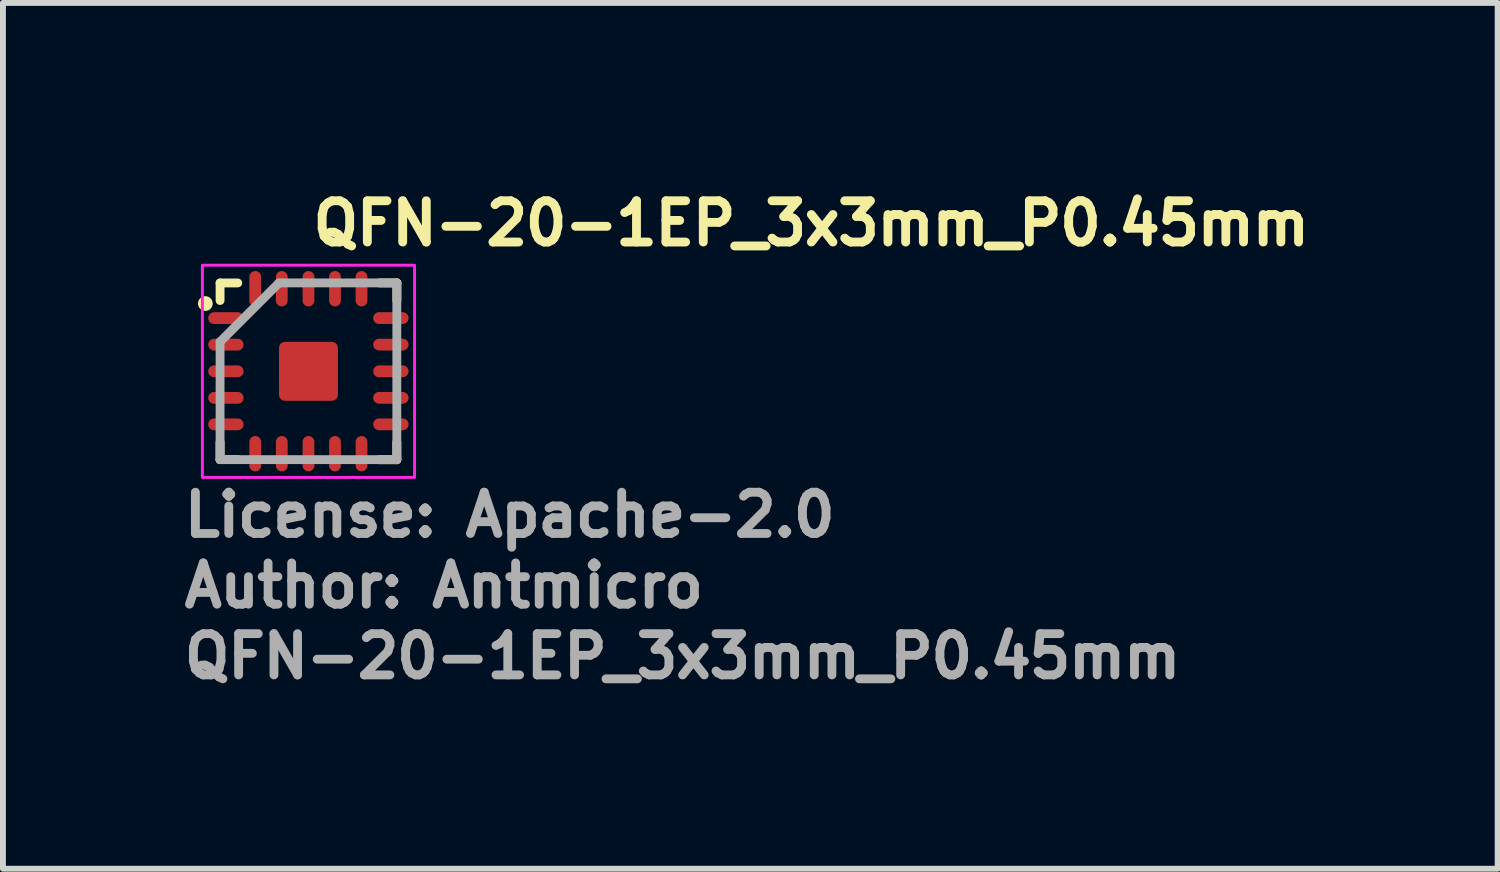
<source format=kicad_pcb>
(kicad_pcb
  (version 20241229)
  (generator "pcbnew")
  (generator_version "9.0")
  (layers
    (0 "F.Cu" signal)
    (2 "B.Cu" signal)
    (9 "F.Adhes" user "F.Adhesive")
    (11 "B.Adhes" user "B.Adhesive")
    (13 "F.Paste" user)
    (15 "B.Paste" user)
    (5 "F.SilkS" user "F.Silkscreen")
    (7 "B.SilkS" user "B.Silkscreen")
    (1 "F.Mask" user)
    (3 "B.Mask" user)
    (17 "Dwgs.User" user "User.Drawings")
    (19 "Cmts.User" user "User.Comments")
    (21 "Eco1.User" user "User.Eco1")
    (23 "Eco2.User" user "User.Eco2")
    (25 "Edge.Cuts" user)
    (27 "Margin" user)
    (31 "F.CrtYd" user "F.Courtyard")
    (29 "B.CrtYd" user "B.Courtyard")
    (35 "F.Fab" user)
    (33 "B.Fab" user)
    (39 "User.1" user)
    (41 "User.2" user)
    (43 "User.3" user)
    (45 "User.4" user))
  (footprint "QFN-20-1EP_3x3mm_P0.45mm"
    (layer "F.Cu")
    (at 2.184 3.25)
    (property "Reference" "QFN-20-1EP_3x3mm_P0.45mm" (at 0 -2.1 0) (layer "F.SilkS") (effects (font (size 0.7 0.7) (thickness 0.15)) (justify left bottom)))
    (attr smd)
    (fp_line (start -1.5 -1.499) (end -1.2 -1.499) (stroke (width 0.15) (type solid)) (layer "F.SilkS"))
    (fp_line (start -1.5 -1.201) (end -1.5 -1.499) (stroke (width 0.15) (type solid)) (layer "F.SilkS"))
    (fp_line (start -1.5 1.498) (end -1.5 1.2) (stroke (width 0.15) (type solid)) (layer "F.SilkS"))
    (fp_line (start -1.2 1.498) (end -1.5 1.498) (stroke (width 0.15) (type solid)) (layer "F.SilkS"))
    (fp_line (start 1.201 1.5) (end 1.499 1.5) (stroke (width 0.15) (type solid)) (layer "F.SilkS"))
    (fp_line (start 1.202 -1.5) (end 1.5 -1.5) (stroke (width 0.15) (type solid)) (layer "F.SilkS"))
    (fp_line (start 1.499 1.5) (end 1.499 1.202) (stroke (width 0.15) (type solid)) (layer "F.SilkS"))
    (fp_line (start 1.5 -1.5) (end 1.5 -1.2) (stroke (width 0.15) (type solid)) (layer "F.SilkS"))
    (fp_circle (center -1.75 -1.15) (end -1.7 -1.15) (stroke (width 0.15) (type solid)) (fill yes) (layer "F.SilkS"))
    (fp_rect (start -1.8 -1.8) (end 1.8 1.8) (stroke (width 0.05) (type solid)) (fill no) (layer "F.CrtYd"))
    (fp_line (start -1.5 -0.5) (end -1.5 1.499) (stroke (width 0.15) (type solid)) (layer "F.Fab"))
    (fp_line (start -1.5 1.499) (end 1.499 1.499) (stroke (width 0.15) (type solid)) (layer "F.Fab"))
    (fp_line (start -0.5 -1.5) (end -1.5 -0.5) (stroke (width 0.15) (type solid)) (layer "F.Fab"))
    (fp_line (start 1.499 -1.5) (end -0.5 -1.5) (stroke (width 0.15) (type solid)) (layer "F.Fab"))
    (fp_line (start 1.499 1.499) (end 1.499 -1.5) (stroke (width 0.15) (type solid)) (layer "F.Fab"))
    (fp_rect (start -1.5 -1.5) (end 1.499 1.499) (stroke (width 0.1) (type solid)) (fill no) (layer "User.5"))
    (fp_rect (start -1.5 -1.5) (end 1.499 1.499) (stroke (width 0.1) (type solid)) (fill no) (layer "User.5"))
    (fp_line (start -1.5 -0.952) (end -1.5 -0.85) (stroke (width 0.02) (type solid)) (layer "User.9"))
    (fp_line (start -1.5 -0.85) (end -1.45 -0.85) (stroke (width 0.02) (type solid)) (layer "User.9"))
    (fp_line (start -1.5 -0.5) (end -1.5 -0.403) (stroke (width 0.02) (type solid)) (layer "User.9"))
    (fp_line (start -1.5 -0.403) (end -1.45 -0.403) (stroke (width 0.02) (type solid)) (layer "User.9"))
    (fp_line (start -1.5 -0.053) (end -1.5 0.05) (stroke (width 0.02) (type solid)) (layer "User.9"))
    (fp_line (start -1.5 0.05) (end -1.45 0.05) (stroke (width 0.02) (type solid)) (layer "User.9"))
    (fp_line (start -1.5 0.4) (end -1.5 0.497) (stroke (width 0.02) (type solid)) (layer "User.9"))
    (fp_line (start -1.5 0.497) (end -1.45 0.497) (stroke (width 0.02) (type solid)) (layer "User.9"))
    (fp_line (start -1.5 0.847) (end -1.5 0.949) (stroke (width 0.02) (type solid)) (layer "User.9"))
    (fp_line (start -1.5 0.949) (end -1.45 0.949) (stroke (width 0.02) (type solid)) (layer "User.9"))
    (fp_line (start -1.45 -1.45) (end -1.45 1.449) (stroke (width 0.02) (type solid)) (layer "User.9"))
    (fp_line (start -1.45 -1.45) (end 1.449 -1.45) (stroke (width 0.02) (type solid)) (layer "User.9"))
    (fp_line (start -1.45 -0.952) (end -1.5 -0.952) (stroke (width 0.02) (type solid)) (layer "User.9"))
    (fp_line (start -1.45 -0.5) (end -1.5 -0.5) (stroke (width 0.02) (type solid)) (layer "User.9"))
    (fp_line (start -1.45 -0.053) (end -1.5 -0.053) (stroke (width 0.02) (type solid)) (layer "User.9"))
    (fp_line (start -1.45 0.4) (end -1.5 0.4) (stroke (width 0.02) (type solid)) (layer "User.9"))
    (fp_line (start -1.45 0.847) (end -1.5 0.847) (stroke (width 0.02) (type solid)) (layer "User.9"))
    (fp_line (start -1.45 1.449) (end 1.449 1.449) (stroke (width 0.02) (type solid)) (layer "User.9"))
    (fp_line (start -1.101 -1.012) (end -1.101 -1.006) (stroke (width 0.02) (type solid)) (layer "User.9"))
    (fp_line (start -1.101 -1.006) (end -1.101 -1) (stroke (width 0.02) (type solid)) (layer "User.9"))
    (fp_line (start -1.101 -1) (end -1.101 -1) (stroke (width 0.02) (type solid)) (layer "User.9"))
    (fp_line (start -1.101 -1) (end -1.101 -0.995) (stroke (width 0.02) (type solid)) (layer "User.9"))
    (fp_line (start -1.101 -0.995) (end -1.101 -0.99) (stroke (width 0.02) (type solid)) (layer "User.9"))
    (fp_line (start -1.101 -0.99) (end -1.099 -0.985) (stroke (width 0.02) (type solid)) (layer "User.9"))
    (fp_line (start -1.099 -1.022) (end -1.099 -1.016) (stroke (width 0.02) (type solid)) (layer "User.9"))
    (fp_line (start -1.099 -1.016) (end -1.101 -1.012) (stroke (width 0.02) (type solid)) (layer "User.9"))
    (fp_line (start -1.099 -0.985) (end -1.099 -0.98) (stroke (width 0.02) (type solid)) (layer "User.9"))
    (fp_line (start -1.099 -0.98) (end -1.097 -0.976) (stroke (width 0.02) (type solid)) (layer "User.9"))
    (fp_line (start -1.097 -1.031) (end -1.097 -1.025) (stroke (width 0.02) (type solid)) (layer "User.9"))
    (fp_line (start -1.097 -1.025) (end -1.099 -1.022) (stroke (width 0.02) (type solid)) (layer "User.9"))
    (fp_line (start -1.097 -0.976) (end -1.097 -0.971) (stroke (width 0.02) (type solid)) (layer "User.9"))
    (fp_line (start -1.097 -0.971) (end -1.095 -0.966) (stroke (width 0.02) (type solid)) (layer "User.9"))
    (fp_line (start -1.095 -1.035) (end -1.097 -1.031) (stroke (width 0.02) (type solid)) (layer "User.9"))
    (fp_line (start -1.095 -0.966) (end -1.093 -0.962) (stroke (width 0.02) (type solid)) (layer "User.9"))
    (fp_line (start -1.093 -1.039) (end -1.095 -1.035) (stroke (width 0.02) (type solid)) (layer "User.9"))
    (fp_line (start -1.093 -0.962) (end -1.091 -0.959) (stroke (width 0.02) (type solid)) (layer "User.9"))
    (fp_line (start -1.091 -1.045) (end -1.093 -1.039) (stroke (width 0.02) (type solid)) (layer "User.9"))
    (fp_line (start -1.091 -0.959) (end -1.089 -0.955) (stroke (width 0.02) (type solid)) (layer "User.9"))
    (fp_line (start -1.089 -1.049) (end -1.091 -1.045) (stroke (width 0.02) (type solid)) (layer "User.9"))
    (fp_line (start -1.089 -0.955) (end -1.087 -0.951) (stroke (width 0.02) (type solid)) (layer "User.9"))
    (fp_line (start -1.087 -1.053) (end -1.089 -1.049) (stroke (width 0.02) (type solid)) (layer "User.9"))
    (fp_line (start -1.087 -0.951) (end -1.083 -0.947) (stroke (width 0.02) (type solid)) (layer "User.9"))
    (fp_line (start -1.083 -1.057) (end -1.087 -1.053) (stroke (width 0.02) (type solid)) (layer "User.9"))
    (fp_line (start -1.083 -0.947) (end -1.081 -0.943) (stroke (width 0.02) (type solid)) (layer "User.9"))
    (fp_line (start -1.081 -1.061) (end -1.083 -1.057) (stroke (width 0.02) (type solid)) (layer "User.9"))
    (fp_line (start -1.081 -0.943) (end -1.079 -0.939) (stroke (width 0.02) (type solid)) (layer "User.9"))
    (fp_line (start -1.079 -1.065) (end -1.081 -1.061) (stroke (width 0.02) (type solid)) (layer "User.9"))
    (fp_line (start -1.079 -0.939) (end -1.075 -0.935) (stroke (width 0.02) (type solid)) (layer "User.9"))
    (fp_line (start -1.075 -1.069) (end -1.079 -1.065) (stroke (width 0.02) (type solid)) (layer "User.9"))
    (fp_line (start -1.075 -0.935) (end -1.071 -0.932) (stroke (width 0.02) (type solid)) (layer "User.9"))
    (fp_line (start -1.071 -1.071) (end -1.075 -1.069) (stroke (width 0.02) (type solid)) (layer "User.9"))
    (fp_line (start -1.071 -0.932) (end -1.069 -0.928) (stroke (width 0.02) (type solid)) (layer "User.9"))
    (fp_line (start -1.069 -1.075) (end -1.071 -1.071) (stroke (width 0.02) (type solid)) (layer "User.9"))
    (fp_line (start -1.069 -0.928) (end -1.065 -0.925) (stroke (width 0.02) (type solid)) (layer "User.9"))
    (fp_line (start -1.065 -1.079) (end -1.069 -1.075) (stroke (width 0.02) (type solid)) (layer "User.9"))
    (fp_line (start -1.065 -0.925) (end -1.061 -0.922) (stroke (width 0.02) (type solid)) (layer "User.9"))
    (fp_line (start -1.061 -1.081) (end -1.065 -1.079) (stroke (width 0.02) (type solid)) (layer "User.9"))
    (fp_line (start -1.061 -0.922) (end -1.057 -0.92) (stroke (width 0.02) (type solid)) (layer "User.9"))
    (fp_line (start -1.057 -1.083) (end -1.061 -1.081) (stroke (width 0.02) (type solid)) (layer "User.9"))
    (fp_line (start -1.057 -0.92) (end -1.053 -0.917) (stroke (width 0.02) (type solid)) (layer "User.9"))
    (fp_line (start -1.053 -1.087) (end -1.057 -1.083) (stroke (width 0.02) (type solid)) (layer "User.9"))
    (fp_line (start -1.053 -0.917) (end -1.049 -0.915) (stroke (width 0.02) (type solid)) (layer "User.9"))
    (fp_line (start -1.049 -1.089) (end -1.053 -1.087) (stroke (width 0.02) (type solid)) (layer "User.9"))
    (fp_line (start -1.049 -0.915) (end -1.045 -0.912) (stroke (width 0.02) (type solid)) (layer "User.9"))
    (fp_line (start -1.045 -1.091) (end -1.049 -1.089) (stroke (width 0.02) (type solid)) (layer "User.9"))
    (fp_line (start -1.045 -0.912) (end -1.039 -0.91) (stroke (width 0.02) (type solid)) (layer "User.9"))
    (fp_line (start -1.039 -1.093) (end -1.045 -1.091) (stroke (width 0.02) (type solid)) (layer "User.9"))
    (fp_line (start -1.039 -0.91) (end -1.035 -0.909) (stroke (width 0.02) (type solid)) (layer "User.9"))
    (fp_line (start -1.035 -1.095) (end -1.039 -1.093) (stroke (width 0.02) (type solid)) (layer "User.9"))
    (fp_line (start -1.035 -0.909) (end -1.031 -0.907) (stroke (width 0.02) (type solid)) (layer "User.9"))
    (fp_line (start -1.031 -1.097) (end -1.035 -1.095) (stroke (width 0.02) (type solid)) (layer "User.9"))
    (fp_line (start -1.031 -0.907) (end -1.025 -0.906) (stroke (width 0.02) (type solid)) (layer "User.9"))
    (fp_line (start -1.025 -1.097) (end -1.031 -1.097) (stroke (width 0.02) (type solid)) (layer "User.9"))
    (fp_line (start -1.025 -0.906) (end -1.022 -0.905) (stroke (width 0.02) (type solid)) (layer "User.9"))
    (fp_line (start -1.022 -1.099) (end -1.025 -1.097) (stroke (width 0.02) (type solid)) (layer "User.9"))
    (fp_line (start -1.022 -0.905) (end -1.016 -0.904) (stroke (width 0.02) (type solid)) (layer "User.9"))
    (fp_line (start -1.016 -1.099) (end -1.022 -1.099) (stroke (width 0.02) (type solid)) (layer "User.9"))
    (fp_line (start -1.016 -0.904) (end -1.012 -0.903) (stroke (width 0.02) (type solid)) (layer "User.9"))
    (fp_line (start -1.012 -1.101) (end -1.016 -1.099) (stroke (width 0.02) (type solid)) (layer "User.9"))
    (fp_line (start -1.012 -0.903) (end -1.006 -0.903) (stroke (width 0.02) (type solid)) (layer "User.9"))
    (fp_line (start -1.006 -1.101) (end -1.012 -1.101) (stroke (width 0.02) (type solid)) (layer "User.9"))
    (fp_line (start -1.006 -0.903) (end -1 -0.903) (stroke (width 0.02) (type solid)) (layer "User.9"))
    (fp_line (start -1 -1.101) (end -1.006 -1.101) (stroke (width 0.02) (type solid)) (layer "User.9"))
    (fp_line (start -1 -1.101) (end -1 -1.101) (stroke (width 0.02) (type solid)) (layer "User.9"))
    (fp_line (start -1 -0.903) (end -1 -0.903) (stroke (width 0.02) (type solid)) (layer "User.9"))
    (fp_line (start -1 -0.903) (end -0.995 -0.903) (stroke (width 0.02) (type solid)) (layer "User.9"))
    (fp_line (start -0.995 -1.101) (end -1 -1.101) (stroke (width 0.02) (type solid)) (layer "User.9"))
    (fp_line (start -0.995 -0.903) (end -0.99 -0.903) (stroke (width 0.02) (type solid)) (layer "User.9"))
    (fp_line (start -0.99 -1.101) (end -0.995 -1.101) (stroke (width 0.02) (type solid)) (layer "User.9"))
    (fp_line (start -0.99 -0.903) (end -0.985 -0.904) (stroke (width 0.02) (type solid)) (layer "User.9"))
    (fp_line (start -0.985 -1.099) (end -0.99 -1.101) (stroke (width 0.02) (type solid)) (layer "User.9"))
    (fp_line (start -0.985 -0.904) (end -0.98 -0.905) (stroke (width 0.02) (type solid)) (layer "User.9"))
    (fp_line (start -0.98 -1.099) (end -0.985 -1.099) (stroke (width 0.02) (type solid)) (layer "User.9"))
    (fp_line (start -0.98 -0.905) (end -0.976 -0.906) (stroke (width 0.02) (type solid)) (layer "User.9"))
    (fp_line (start -0.976 -1.097) (end -0.98 -1.099) (stroke (width 0.02) (type solid)) (layer "User.9"))
    (fp_line (start -0.976 -0.906) (end -0.971 -0.907) (stroke (width 0.02) (type solid)) (layer "User.9"))
    (fp_line (start -0.971 -1.097) (end -0.976 -1.097) (stroke (width 0.02) (type solid)) (layer "User.9"))
    (fp_line (start -0.971 -0.907) (end -0.966 -0.909) (stroke (width 0.02) (type solid)) (layer "User.9"))
    (fp_line (start -0.966 -1.095) (end -0.971 -1.097) (stroke (width 0.02) (type solid)) (layer "User.9"))
    (fp_line (start -0.966 -0.909) (end -0.962 -0.91) (stroke (width 0.02) (type solid)) (layer "User.9"))
    (fp_line (start -0.962 -1.093) (end -0.966 -1.095) (stroke (width 0.02) (type solid)) (layer "User.9"))
    (fp_line (start -0.962 -0.91) (end -0.959 -0.912) (stroke (width 0.02) (type solid)) (layer "User.9"))
    (fp_line (start -0.959 -1.091) (end -0.962 -1.093) (stroke (width 0.02) (type solid)) (layer "User.9"))
    (fp_line (start -0.959 -0.912) (end -0.955 -0.915) (stroke (width 0.02) (type solid)) (layer "User.9"))
    (fp_line (start -0.955 -1.089) (end -0.959 -1.091) (stroke (width 0.02) (type solid)) (layer "User.9"))
    (fp_line (start -0.955 -0.915) (end -0.951 -0.917) (stroke (width 0.02) (type solid)) (layer "User.9"))
    (fp_line (start -0.952 -1.5) (end -0.952 -1.45) (stroke (width 0.02) (type solid)) (layer "User.9"))
    (fp_line (start -0.952 1.449) (end -0.952 1.499) (stroke (width 0.02) (type solid)) (layer "User.9"))
    (fp_line (start -0.952 1.499) (end -0.85 1.499) (stroke (width 0.02) (type solid)) (layer "User.9"))
    (fp_line (start -0.951 -1.087) (end -0.955 -1.089) (stroke (width 0.02) (type solid)) (layer "User.9"))
    (fp_line (start -0.951 -0.917) (end -0.947 -0.92) (stroke (width 0.02) (type solid)) (layer "User.9"))
    (fp_line (start -0.947 -1.083) (end -0.951 -1.087) (stroke (width 0.02) (type solid)) (layer "User.9"))
    (fp_line (start -0.947 -0.92) (end -0.943 -0.922) (stroke (width 0.02) (type solid)) (layer "User.9"))
    (fp_line (start -0.943 -1.081) (end -0.947 -1.083) (stroke (width 0.02) (type solid)) (layer "User.9"))
    (fp_line (start -0.943 -0.922) (end -0.939 -0.925) (stroke (width 0.02) (type solid)) (layer "User.9"))
    (fp_line (start -0.939 -1.079) (end -0.943 -1.081) (stroke (width 0.02) (type solid)) (layer "User.9"))
    (fp_line (start -0.939 -0.925) (end -0.935 -0.928) (stroke (width 0.02) (type solid)) (layer "User.9"))
    (fp_line (start -0.935 -1.075) (end -0.939 -1.079) (stroke (width 0.02) (type solid)) (layer "User.9"))
    (fp_line (start -0.935 -0.928) (end -0.932 -0.932) (stroke (width 0.02) (type solid)) (layer "User.9"))
    (fp_line (start -0.932 -1.071) (end -0.935 -1.075) (stroke (width 0.02) (type solid)) (layer "User.9"))
    (fp_line (start -0.932 -0.932) (end -0.928 -0.935) (stroke (width 0.02) (type solid)) (layer "User.9"))
    (fp_line (start -0.928 -1.069) (end -0.932 -1.071) (stroke (width 0.02) (type solid)) (layer "User.9"))
    (fp_line (start -0.928 -0.935) (end -0.925 -0.939) (stroke (width 0.02) (type solid)) (layer "User.9"))
    (fp_line (start -0.925 -1.065) (end -0.928 -1.069) (stroke (width 0.02) (type solid)) (layer "User.9"))
    (fp_line (start -0.925 -0.939) (end -0.922 -0.943) (stroke (width 0.02) (type solid)) (layer "User.9"))
    (fp_line (start -0.922 -1.061) (end -0.925 -1.065) (stroke (width 0.02) (type solid)) (layer "User.9"))
    (fp_line (start -0.922 -0.943) (end -0.92 -0.947) (stroke (width 0.02) (type solid)) (layer "User.9"))
    (fp_line (start -0.92 -1.057) (end -0.922 -1.061) (stroke (width 0.02) (type solid)) (layer "User.9"))
    (fp_line (start -0.92 -0.947) (end -0.917 -0.951) (stroke (width 0.02) (type solid)) (layer "User.9"))
    (fp_line (start -0.917 -1.053) (end -0.92 -1.057) (stroke (width 0.02) (type solid)) (layer "User.9"))
    (fp_line (start -0.917 -0.951) (end -0.915 -0.955) (stroke (width 0.02) (type solid)) (layer "User.9"))
    (fp_line (start -0.915 -1.049) (end -0.917 -1.053) (stroke (width 0.02) (type solid)) (layer "User.9"))
    (fp_line (start -0.915 -0.955) (end -0.912 -0.959) (stroke (width 0.02) (type solid)) (layer "User.9"))
    (fp_line (start -0.912 -1.045) (end -0.915 -1.049) (stroke (width 0.02) (type solid)) (layer "User.9"))
    (fp_line (start -0.912 -0.959) (end -0.91 -0.962) (stroke (width 0.02) (type solid)) (layer "User.9"))
    (fp_line (start -0.91 -1.039) (end -0.912 -1.045) (stroke (width 0.02) (type solid)) (layer "User.9"))
    (fp_line (start -0.91 -0.962) (end -0.909 -0.966) (stroke (width 0.02) (type solid)) (layer "User.9"))
    (fp_line (start -0.909 -1.035) (end -0.91 -1.039) (stroke (width 0.02) (type solid)) (layer "User.9"))
    (fp_line (start -0.909 -0.966) (end -0.907 -0.971) (stroke (width 0.02) (type solid)) (layer "User.9"))
    (fp_line (start -0.907 -1.031) (end -0.909 -1.035) (stroke (width 0.02) (type solid)) (layer "User.9"))
    (fp_line (start -0.907 -0.971) (end -0.906 -0.976) (stroke (width 0.02) (type solid)) (layer "User.9"))
    (fp_line (start -0.906 -1.025) (end -0.907 -1.031) (stroke (width 0.02) (type solid)) (layer "User.9"))
    (fp_line (start -0.906 -0.976) (end -0.905 -0.98) (stroke (width 0.02) (type solid)) (layer "User.9"))
    (fp_line (start -0.905 -1.022) (end -0.906 -1.025) (stroke (width 0.02) (type solid)) (layer "User.9"))
    (fp_line (start -0.905 -0.98) (end -0.904 -0.985) (stroke (width 0.02) (type solid)) (layer "User.9"))
    (fp_line (start -0.904 -1.016) (end -0.905 -1.022) (stroke (width 0.02) (type solid)) (layer "User.9"))
    (fp_line (start -0.904 -0.985) (end -0.903 -0.99) (stroke (width 0.02) (type solid)) (layer "User.9"))
    (fp_line (start -0.903 -1.012) (end -0.904 -1.016) (stroke (width 0.02) (type solid)) (layer "User.9"))
    (fp_line (start -0.903 -1.006) (end -0.903 -1.012) (stroke (width 0.02) (type solid)) (layer "User.9"))
    (fp_line (start -0.903 -1) (end -0.903 -1.006) (stroke (width 0.02) (type solid)) (layer "User.9"))
    (fp_line (start -0.903 -1) (end -0.903 -1) (stroke (width 0.02) (type solid)) (layer "User.9"))
    (fp_line (start -0.903 -1) (end -0.903 -1) (stroke (width 0.02) (type solid)) (layer "User.9"))
    (fp_line (start -0.903 -0.995) (end -0.903 -1) (stroke (width 0.02) (type solid)) (layer "User.9"))
    (fp_line (start -0.903 -0.99) (end -0.903 -0.995) (stroke (width 0.02) (type solid)) (layer "User.9"))
    (fp_line (start -0.85 -1.5) (end -0.952 -1.5) (stroke (width 0.02) (type solid)) (layer "User.9"))
    (fp_line (start -0.85 -1.45) (end -0.85 -1.5) (stroke (width 0.02) (type solid)) (layer "User.9"))
    (fp_line (start -0.85 1.499) (end -0.85 1.449) (stroke (width 0.02) (type solid)) (layer "User.9"))
    (fp_line (start -0.5 -1.5) (end -0.5 -1.45) (stroke (width 0.02) (type solid)) (layer "User.9"))
    (fp_line (start -0.5 1.449) (end -0.5 1.499) (stroke (width 0.02) (type solid)) (layer "User.9"))
    (fp_line (start -0.5 1.499) (end -0.403 1.499) (stroke (width 0.02) (type solid)) (layer "User.9"))
    (fp_line (start -0.403 -1.5) (end -0.5 -1.5) (stroke (width 0.02) (type solid)) (layer "User.9"))
    (fp_line (start -0.403 -1.45) (end -0.403 -1.5) (stroke (width 0.02) (type solid)) (layer "User.9"))
    (fp_line (start -0.403 1.499) (end -0.403 1.449) (stroke (width 0.02) (type solid)) (layer "User.9"))
    (fp_line (start -0.053 -1.5) (end -0.053 -1.45) (stroke (width 0.02) (type solid)) (layer "User.9"))
    (fp_line (start -0.053 1.449) (end -0.053 1.499) (stroke (width 0.02) (type solid)) (layer "User.9"))
    (fp_line (start -0.053 1.499) (end 0.05 1.499) (stroke (width 0.02) (type solid)) (layer "User.9"))
    (fp_line (start 0.05 -1.5) (end -0.053 -1.5) (stroke (width 0.02) (type solid)) (layer "User.9"))
    (fp_line (start 0.05 -1.45) (end 0.05 -1.5) (stroke (width 0.02) (type solid)) (layer "User.9"))
    (fp_line (start 0.05 1.499) (end 0.05 1.449) (stroke (width 0.02) (type solid)) (layer "User.9"))
    (fp_line (start 0.4 -1.5) (end 0.4 -1.45) (stroke (width 0.02) (type solid)) (layer "User.9"))
    (fp_line (start 0.4 1.449) (end 0.4 1.499) (stroke (width 0.02) (type solid)) (layer "User.9"))
    (fp_line (start 0.4 1.499) (end 0.497 1.499) (stroke (width 0.02) (type solid)) (layer "User.9"))
    (fp_line (start 0.497 -1.5) (end 0.4 -1.5) (stroke (width 0.02) (type solid)) (layer "User.9"))
    (fp_line (start 0.497 -1.45) (end 0.497 -1.5) (stroke (width 0.02) (type solid)) (layer "User.9"))
    (fp_line (start 0.497 1.499) (end 0.497 1.449) (stroke (width 0.02) (type solid)) (layer "User.9"))
    (fp_line (start 0.847 -1.5) (end 0.847 -1.45) (stroke (width 0.02) (type solid)) (layer "User.9"))
    (fp_line (start 0.847 1.449) (end 0.847 1.499) (stroke (width 0.02) (type solid)) (layer "User.9"))
    (fp_line (start 0.847 1.499) (end 0.949 1.499) (stroke (width 0.02) (type solid)) (layer "User.9"))
    (fp_line (start 0.949 -1.5) (end 0.847 -1.5) (stroke (width 0.02) (type solid)) (layer "User.9"))
    (fp_line (start 0.949 -1.45) (end 0.949 -1.5) (stroke (width 0.02) (type solid)) (layer "User.9"))
    (fp_line (start 0.949 1.499) (end 0.949 1.449) (stroke (width 0.02) (type solid)) (layer "User.9"))
    (fp_line (start 1.449 -1.45) (end 1.449 1.449) (stroke (width 0.02) (type solid)) (layer "User.9"))
    (fp_line (start 1.449 -0.85) (end 1.499 -0.85) (stroke (width 0.02) (type solid)) (layer "User.9"))
    (fp_line (start 1.449 -0.403) (end 1.499 -0.403) (stroke (width 0.02) (type solid)) (layer "User.9"))
    (fp_line (start 1.449 0.05) (end 1.499 0.05) (stroke (width 0.02) (type solid)) (layer "User.9"))
    (fp_line (start 1.449 0.497) (end 1.499 0.497) (stroke (width 0.02) (type solid)) (layer "User.9"))
    (fp_line (start 1.449 0.949) (end 1.499 0.949) (stroke (width 0.02) (type solid)) (layer "User.9"))
    (fp_line (start 1.499 -0.952) (end 1.449 -0.952) (stroke (width 0.02) (type solid)) (layer "User.9"))
    (fp_line (start 1.499 -0.85) (end 1.499 -0.952) (stroke (width 0.02) (type solid)) (layer "User.9"))
    (fp_line (start 1.499 -0.5) (end 1.449 -0.5) (stroke (width 0.02) (type solid)) (layer "User.9"))
    (fp_line (start 1.499 -0.403) (end 1.499 -0.5) (stroke (width 0.02) (type solid)) (layer "User.9"))
    (fp_line (start 1.499 -0.053) (end 1.449 -0.053) (stroke (width 0.02) (type solid)) (layer "User.9"))
    (fp_line (start 1.499 0.05) (end 1.499 -0.053) (stroke (width 0.02) (type solid)) (layer "User.9"))
    (fp_line (start 1.499 0.4) (end 1.449 0.4) (stroke (width 0.02) (type solid)) (layer "User.9"))
    (fp_line (start 1.499 0.497) (end 1.499 0.4) (stroke (width 0.02) (type solid)) (layer "User.9"))
    (fp_line (start 1.499 0.847) (end 1.449 0.847) (stroke (width 0.02) (type solid)) (layer "User.9"))
    (fp_line (start 1.499 0.949) (end 1.499 0.847) (stroke (width 0.02) (type solid)) (layer "User.9"))
    (fp_text user "Author: Antmicro" (at -2.184 4.045 0) (layer "F.Fab") (effects (font (size 0.7 0.7) (thickness 0.15)) (justify left bottom)))
    (fp_text user "${REFERENCE}" (at -2.184 5.245 0) (layer "F.Fab") (effects (font (size 0.7 0.7) (thickness 0.15)) (justify left bottom)))
    (fp_text user "License: Apache-2.0" (at -2.184 2.845 0) (layer "F.Fab") (effects (font (size 0.7 0.7) (thickness 0.15)) (justify left bottom)))
    (pad "1" smd oval (at -1.401 -0.903 90) (size 0.2 0.6) (layers "F.Cu" "F.Mask" "F.Paste"))
    (pad "2" smd oval (at -1.401 -0.453 90) (size 0.2 0.6) (layers "F.Cu" "F.Mask" "F.Paste"))
    (pad "3" smd oval (at -1.401 0 90) (size 0.2 0.6) (layers "F.Cu" "F.Mask" "F.Paste"))
    (pad "4" smd oval (at -1.401 0.45 90) (size 0.2 0.6) (layers "F.Cu" "F.Mask" "F.Paste"))
    (pad "5" smd oval (at -1.401 0.9 90) (size 0.2 0.6) (layers "F.Cu" "F.Mask" "F.Paste"))
    (pad "6" smd oval (at -0.903 1.398) (size 0.2 0.6) (layers "F.Cu" "F.Mask" "F.Paste"))
    (pad "7" smd oval (at -0.453 1.398) (size 0.2 0.6) (layers "F.Cu" "F.Mask" "F.Paste"))
    (pad "8" smd oval (at 0 1.398) (size 0.2 0.6) (layers "F.Cu" "F.Mask" "F.Paste"))
    (pad "9" smd oval (at 0.45 1.398) (size 0.2 0.6) (layers "F.Cu" "F.Mask" "F.Paste"))
    (pad "10" smd oval (at 0.9 1.398) (size 0.2 0.6) (layers "F.Cu" "F.Mask" "F.Paste"))
    (pad "11" smd oval (at 1.398 0.9 90) (size 0.2 0.6) (layers "F.Cu" "F.Mask" "F.Paste"))
    (pad "12" smd oval (at 1.398 0.45 90) (size 0.2 0.6) (layers "F.Cu" "F.Mask" "F.Paste"))
    (pad "13" smd oval (at 1.398 0 90) (size 0.2 0.6) (layers "F.Cu" "F.Mask" "F.Paste"))
    (pad "14" smd oval (at 1.398 -0.453 90) (size 0.2 0.6) (layers "F.Cu" "F.Mask" "F.Paste"))
    (pad "15" smd oval (at 1.398 -0.903 90) (size 0.2 0.6) (layers "F.Cu" "F.Mask" "F.Paste"))
    (pad "16" smd oval (at 0.9 -1.401) (size 0.2 0.6) (layers "F.Cu" "F.Mask" "F.Paste"))
    (pad "17" smd oval (at 0.45 -1.401) (size 0.2 0.6) (layers "F.Cu" "F.Mask" "F.Paste"))
    (pad "18" smd oval (at 0 -1.401) (size 0.2 0.6) (layers "F.Cu" "F.Mask" "F.Paste"))
    (pad "19" smd oval (at -0.453 -1.401) (size 0.2 0.6) (layers "F.Cu" "F.Mask" "F.Paste"))
    (pad "20" smd oval (at -0.903 -1.401) (size 0.2 0.6) (layers "F.Cu" "F.Mask" "F.Paste"))
    (pad "21" smd roundrect (at 0 0) (size 1 1) (layers "F.Cu" "F.Mask" "F.Paste") (roundrect_rratio 0.1)))
  (gr_rect
    (start -3 -3)
    (end 22.361 11.69)
    (stroke (width 0.1) (type default))
    (fill no)
    (layer "Edge.Cuts")))
</source>
